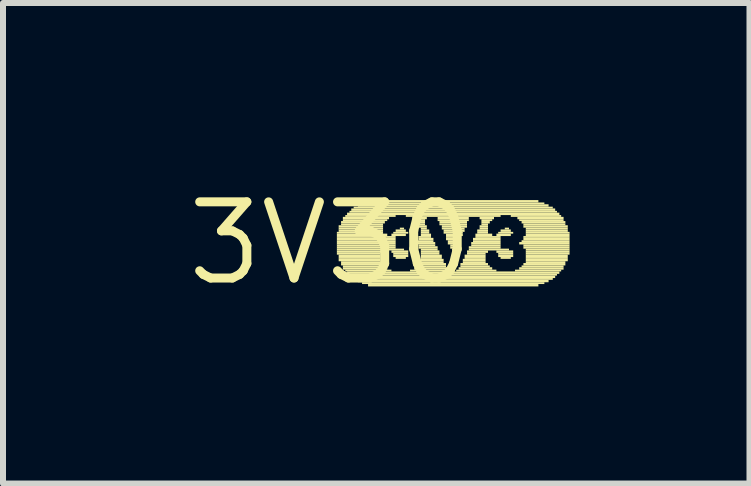
<source format=kicad_pcb>
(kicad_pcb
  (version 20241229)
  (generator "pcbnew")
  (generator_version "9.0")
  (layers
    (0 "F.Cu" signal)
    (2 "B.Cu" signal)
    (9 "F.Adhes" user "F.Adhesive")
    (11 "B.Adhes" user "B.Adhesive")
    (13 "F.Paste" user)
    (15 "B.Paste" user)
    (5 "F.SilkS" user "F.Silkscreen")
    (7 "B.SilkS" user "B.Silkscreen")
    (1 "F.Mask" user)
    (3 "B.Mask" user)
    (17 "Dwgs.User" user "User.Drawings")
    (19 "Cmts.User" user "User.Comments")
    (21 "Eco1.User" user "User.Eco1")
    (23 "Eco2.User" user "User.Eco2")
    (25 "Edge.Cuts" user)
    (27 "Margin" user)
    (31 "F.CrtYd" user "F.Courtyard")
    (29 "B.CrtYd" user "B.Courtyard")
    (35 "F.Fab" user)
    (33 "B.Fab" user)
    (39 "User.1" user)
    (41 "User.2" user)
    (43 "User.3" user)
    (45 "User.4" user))
  (footprint "3V30"
    (layer "F.Cu")
    (at 2.457 1.006)
    (property "Reference" "3V30" (at 0 0 0) (layer "F.SilkS") (effects (font (size 1.27 1.27) (thickness 0.15))))
    (fp_poly (pts (xy 0.11 -0.16) (xy 0.88 -0.16) (xy 0.88 -0.19) (xy 0.11 -0.19)) (stroke (width 0) (type default)) (fill yes) (layer "F.SilkS"))
    (fp_poly (pts (xy 0.11 -0.12) (xy 0.95 -0.12) (xy 0.95 -0.16) (xy 0.11 -0.16)) (stroke (width 0) (type default)) (fill yes) (layer "F.SilkS"))
    (fp_poly (pts (xy 0.11 -0.09) (xy 1.09 -0.09) (xy 1.09 -0.12) (xy 0.11 -0.12)) (stroke (width 0) (type default)) (fill yes) (layer "F.SilkS"))
    (fp_poly (pts (xy 0.11 -0.05) (xy 1.09 -0.05) (xy 1.09 -0.09) (xy 0.11 -0.09)) (stroke (width 0) (type default)) (fill yes) (layer "F.SilkS"))
    (fp_poly (pts (xy 0.11 -0.02) (xy 1.09 -0.02) (xy 1.09 -0.05) (xy 0.11 -0.05)) (stroke (width 0) (type default)) (fill yes) (layer "F.SilkS"))
    (fp_poly (pts (xy 0.11 0.02) (xy 1.09 0.02) (xy 1.09 -0.02) (xy 0.11 -0.02)) (stroke (width 0) (type default)) (fill yes) (layer "F.SilkS"))
    (fp_poly (pts (xy 0.11 0.05) (xy 1.09 0.05) (xy 1.09 0.02) (xy 0.11 0.02)) (stroke (width 0) (type default)) (fill yes) (layer "F.SilkS"))
    (fp_poly (pts (xy 0.11 0.09) (xy 1.09 0.09) (xy 1.09 0.05) (xy 0.11 0.05)) (stroke (width 0) (type default)) (fill yes) (layer "F.SilkS"))
    (fp_poly (pts (xy 0.11 0.12) (xy 1.23 0.12) (xy 1.23 0.09) (xy 0.11 0.09)) (stroke (width 0) (type default)) (fill yes) (layer "F.SilkS"))
    (fp_poly (pts (xy 0.11 0.16) (xy 0.88 0.16) (xy 0.88 0.12) (xy 0.11 0.12)) (stroke (width 0) (type default)) (fill yes) (layer "F.SilkS"))
    (fp_poly (pts (xy 0.11 0.19) (xy 0.84 0.19) (xy 0.84 0.16) (xy 0.11 0.16)) (stroke (width 0) (type default)) (fill yes) (layer "F.SilkS"))
    (fp_poly (pts (xy 0.14 -0.26) (xy 0.88 -0.26) (xy 0.88 -0.3) (xy 0.14 -0.3)) (stroke (width 0) (type default)) (fill yes) (layer "F.SilkS"))
    (fp_poly (pts (xy 0.14 -0.23) (xy 0.88 -0.23) (xy 0.88 -0.26) (xy 0.14 -0.26)) (stroke (width 0) (type default)) (fill yes) (layer "F.SilkS"))
    (fp_poly (pts (xy 0.14 -0.19) (xy 0.88 -0.19) (xy 0.88 -0.23) (xy 0.14 -0.23)) (stroke (width 0) (type default)) (fill yes) (layer "F.SilkS"))
    (fp_poly (pts (xy 0.14 0.23) (xy 0.84 0.23) (xy 0.84 0.19) (xy 0.14 0.19)) (stroke (width 0) (type default)) (fill yes) (layer "F.SilkS"))
    (fp_poly (pts (xy 0.14 0.26) (xy 0.84 0.26) (xy 0.84 0.23) (xy 0.14 0.23)) (stroke (width 0) (type default)) (fill yes) (layer "F.SilkS"))
    (fp_poly (pts (xy 0.14 0.3) (xy 0.84 0.3) (xy 0.84 0.26) (xy 0.14 0.26)) (stroke (width 0) (type default)) (fill yes) (layer "F.SilkS"))
    (fp_poly (pts (xy 0.18 -0.33) (xy 0.91 -0.33) (xy 0.91 -0.37) (xy 0.18 -0.37)) (stroke (width 0) (type default)) (fill yes) (layer "F.SilkS"))
    (fp_poly (pts (xy 0.18 -0.3) (xy 0.88 -0.3) (xy 0.88 -0.33) (xy 0.18 -0.33)) (stroke (width 0) (type default)) (fill yes) (layer "F.SilkS"))
    (fp_poly (pts (xy 0.18 0.33) (xy 0.84 0.33) (xy 0.84 0.3) (xy 0.18 0.3)) (stroke (width 0) (type default)) (fill yes) (layer "F.SilkS"))
    (fp_poly (pts (xy 0.18 0.37) (xy 0.88 0.37) (xy 0.88 0.33) (xy 0.18 0.33)) (stroke (width 0) (type default)) (fill yes) (layer "F.SilkS"))
    (fp_poly (pts (xy 0.21 -0.4) (xy 0.98 -0.4) (xy 0.98 -0.44) (xy 0.21 -0.44)) (stroke (width 0) (type default)) (fill yes) (layer "F.SilkS"))
    (fp_poly (pts (xy 0.21 -0.37) (xy 0.95 -0.37) (xy 0.95 -0.4) (xy 0.21 -0.4)) (stroke (width 0) (type default)) (fill yes) (layer "F.SilkS"))
    (fp_poly (pts (xy 0.21 0.4) (xy 0.91 0.4) (xy 0.91 0.37) (xy 0.21 0.37)) (stroke (width 0) (type default)) (fill yes) (layer "F.SilkS"))
    (fp_poly (pts (xy 0.21 0.44) (xy 0.95 0.44) (xy 0.95 0.4) (xy 0.21 0.4)) (stroke (width 0) (type default)) (fill yes) (layer "F.SilkS"))
    (fp_poly (pts (xy 0.25 -0.44) (xy 1.09 -0.44) (xy 1.09 -0.47) (xy 0.25 -0.47)) (stroke (width 0) (type default)) (fill yes) (layer "F.SilkS"))
    (fp_poly (pts (xy 0.25 0.47) (xy 1.02 0.47) (xy 1.02 0.44) (xy 0.25 0.44)) (stroke (width 0) (type default)) (fill yes) (layer "F.SilkS"))
    (fp_poly (pts (xy 0.28 -0.47) (xy 3.82 -0.47) (xy 3.82 -0.51) (xy 0.28 -0.51)) (stroke (width 0) (type default)) (fill yes) (layer "F.SilkS"))
    (fp_poly (pts (xy 0.28 0.51) (xy 3.82 0.51) (xy 3.82 0.47) (xy 0.28 0.47)) (stroke (width 0) (type default)) (fill yes) (layer "F.SilkS"))
    (fp_poly (pts (xy 0.32 -0.51) (xy 3.78 -0.51) (xy 3.78 -0.54) (xy 0.32 -0.54)) (stroke (width 0) (type default)) (fill yes) (layer "F.SilkS"))
    (fp_poly (pts (xy 0.32 0.54) (xy 3.78 0.54) (xy 3.78 0.51) (xy 0.32 0.51)) (stroke (width 0) (type default)) (fill yes) (layer "F.SilkS"))
    (fp_poly (pts (xy 0.35 -0.54) (xy 3.75 -0.54) (xy 3.75 -0.58) (xy 0.35 -0.58)) (stroke (width 0) (type default)) (fill yes) (layer "F.SilkS"))
    (fp_poly (pts (xy 0.35 0.58) (xy 3.75 0.58) (xy 3.75 0.54) (xy 0.35 0.54)) (stroke (width 0) (type default)) (fill yes) (layer "F.SilkS"))
    (fp_poly (pts (xy 0.39 -0.58) (xy 3.71 -0.58) (xy 3.71 -0.61) (xy 0.39 -0.61)) (stroke (width 0) (type default)) (fill yes) (layer "F.SilkS"))
    (fp_poly (pts (xy 0.39 0.61) (xy 3.71 0.61) (xy 3.71 0.58) (xy 0.39 0.58)) (stroke (width 0) (type default)) (fill yes) (layer "F.SilkS"))
    (fp_poly (pts (xy 0.46 -0.61) (xy 3.64 -0.61) (xy 3.64 -0.65) (xy 0.46 -0.65)) (stroke (width 0) (type default)) (fill yes) (layer "F.SilkS"))
    (fp_poly (pts (xy 0.46 0.65) (xy 3.64 0.65) (xy 3.64 0.61) (xy 0.46 0.61)) (stroke (width 0) (type default)) (fill yes) (layer "F.SilkS"))
    (fp_poly (pts (xy 0.53 -0.65) (xy 3.57 -0.65) (xy 3.57 -0.68) (xy 0.53 -0.68)) (stroke (width 0) (type default)) (fill yes) (layer "F.SilkS"))
    (fp_poly (pts (xy 0.53 0.68) (xy 3.57 0.68) (xy 3.57 0.65) (xy 0.53 0.65)) (stroke (width 0) (type default)) (fill yes) (layer "F.SilkS"))
    (fp_poly (pts (xy 0.63 -0.68) (xy 3.47 -0.68) (xy 3.47 -0.72) (xy 0.63 -0.72)) (stroke (width 0) (type default)) (fill yes) (layer "F.SilkS"))
    (fp_poly (pts (xy 0.63 0.72) (xy 3.47 0.72) (xy 3.47 0.68) (xy 0.63 0.68)) (stroke (width 0) (type default)) (fill yes) (layer "F.SilkS"))
    (fp_poly (pts (xy 1.02 -0.12) (xy 1.26 -0.12) (xy 1.26 -0.16) (xy 1.02 -0.16)) (stroke (width 0) (type default)) (fill yes) (layer "F.SilkS"))
    (fp_poly (pts (xy 1.02 0.16) (xy 1.3 0.16) (xy 1.3 0.12) (xy 1.02 0.12)) (stroke (width 0) (type default)) (fill yes) (layer "F.SilkS"))
    (fp_poly (pts (xy 1.05 -0.16) (xy 1.3 -0.16) (xy 1.3 -0.19) (xy 1.05 -0.19)) (stroke (width 0) (type default)) (fill yes) (layer "F.SilkS"))
    (fp_poly (pts (xy 1.05 0.19) (xy 1.3 0.19) (xy 1.3 0.16) (xy 1.05 0.16)) (stroke (width 0) (type default)) (fill yes) (layer "F.SilkS"))
    (fp_poly (pts (xy 1.05 0.23) (xy 1.3 0.23) (xy 1.3 0.19) (xy 1.05 0.19)) (stroke (width 0) (type default)) (fill yes) (layer "F.SilkS"))
    (fp_poly (pts (xy 1.09 -0.19) (xy 1.26 -0.19) (xy 1.26 -0.23) (xy 1.09 -0.23)) (stroke (width 0) (type default)) (fill yes) (layer "F.SilkS"))
    (fp_poly (pts (xy 1.09 0.26) (xy 1.26 0.26) (xy 1.26 0.23) (xy 1.09 0.23)) (stroke (width 0) (type default)) (fill yes) (layer "F.SilkS"))
    (fp_poly (pts (xy 1.16 -0.23) (xy 1.23 -0.23) (xy 1.23 -0.26) (xy 1.16 -0.26)) (stroke (width 0) (type default)) (fill yes) (layer "F.SilkS"))
    (fp_poly (pts (xy 1.26 -0.44) (xy 2.84 -0.44) (xy 2.84 -0.47) (xy 1.26 -0.47)) (stroke (width 0) (type default)) (fill yes) (layer "F.SilkS"))
    (fp_poly (pts (xy 1.33 0.47) (xy 2 0.47) (xy 2 0.44) (xy 1.33 0.44)) (stroke (width 0) (type default)) (fill yes) (layer "F.SilkS"))
    (fp_poly (pts (xy 1.37 -0.4) (xy 1.61 -0.4) (xy 1.61 -0.44) (xy 1.37 -0.44)) (stroke (width 0) (type default)) (fill yes) (layer "F.SilkS"))
    (fp_poly (pts (xy 1.4 -0.37) (xy 1.58 -0.37) (xy 1.58 -0.4) (xy 1.4 -0.4)) (stroke (width 0) (type default)) (fill yes) (layer "F.SilkS"))
    (fp_poly (pts (xy 1.4 0.02) (xy 1.75 0.02) (xy 1.75 -0.02) (xy 1.4 -0.02)) (stroke (width 0) (type default)) (fill yes) (layer "F.SilkS"))
    (fp_poly (pts (xy 1.4 0.44) (xy 1.96 0.44) (xy 1.96 0.4) (xy 1.4 0.4)) (stroke (width 0) (type default)) (fill yes) (layer "F.SilkS"))
    (fp_poly (pts (xy 1.44 -0.33) (xy 1.58 -0.33) (xy 1.58 -0.37) (xy 1.44 -0.37)) (stroke (width 0) (type default)) (fill yes) (layer "F.SilkS"))
    (fp_poly (pts (xy 1.44 -0.02) (xy 1.72 -0.02) (xy 1.72 -0.05) (xy 1.44 -0.05)) (stroke (width 0) (type default)) (fill yes) (layer "F.SilkS"))
    (fp_poly (pts (xy 1.44 0.4) (xy 1.93 0.4) (xy 1.93 0.37) (xy 1.44 0.37)) (stroke (width 0) (type default)) (fill yes) (layer "F.SilkS"))
    (fp_poly (pts (xy 1.47 -0.3) (xy 1.58 -0.3) (xy 1.58 -0.33) (xy 1.47 -0.33)) (stroke (width 0) (type default)) (fill yes) (layer "F.SilkS"))
    (fp_poly (pts (xy 1.47 -0.26) (xy 1.61 -0.26) (xy 1.61 -0.3) (xy 1.47 -0.3)) (stroke (width 0) (type default)) (fill yes) (layer "F.SilkS"))
    (fp_poly (pts (xy 1.47 -0.09) (xy 1.68 -0.09) (xy 1.68 -0.12) (xy 1.47 -0.12)) (stroke (width 0) (type default)) (fill yes) (layer "F.SilkS"))
    (fp_poly (pts (xy 1.47 -0.05) (xy 1.72 -0.05) (xy 1.72 -0.09) (xy 1.47 -0.09)) (stroke (width 0) (type default)) (fill yes) (layer "F.SilkS"))
    (fp_poly (pts (xy 1.47 0.05) (xy 1.75 0.05) (xy 1.75 0.02) (xy 1.47 0.02)) (stroke (width 0) (type default)) (fill yes) (layer "F.SilkS"))
    (fp_poly (pts (xy 1.47 0.09) (xy 1.79 0.09) (xy 1.79 0.05) (xy 1.47 0.05)) (stroke (width 0) (type default)) (fill yes) (layer "F.SilkS"))
    (fp_poly (pts (xy 1.47 0.37) (xy 1.93 0.37) (xy 1.93 0.33) (xy 1.47 0.33)) (stroke (width 0) (type default)) (fill yes) (layer "F.SilkS"))
    (fp_poly (pts (xy 1.51 -0.23) (xy 1.61 -0.23) (xy 1.61 -0.26) (xy 1.51 -0.26)) (stroke (width 0) (type default)) (fill yes) (layer "F.SilkS"))
    (fp_poly (pts (xy 1.51 -0.19) (xy 1.65 -0.19) (xy 1.65 -0.23) (xy 1.51 -0.23)) (stroke (width 0) (type default)) (fill yes) (layer "F.SilkS"))
    (fp_poly (pts (xy 1.51 -0.16) (xy 1.65 -0.16) (xy 1.65 -0.19) (xy 1.51 -0.19)) (stroke (width 0) (type default)) (fill yes) (layer "F.SilkS"))
    (fp_poly (pts (xy 1.51 -0.12) (xy 1.68 -0.12) (xy 1.68 -0.16) (xy 1.51 -0.16)) (stroke (width 0) (type default)) (fill yes) (layer "F.SilkS"))
    (fp_poly (pts (xy 1.51 0.12) (xy 1.79 0.12) (xy 1.79 0.09) (xy 1.51 0.09)) (stroke (width 0) (type default)) (fill yes) (layer "F.SilkS"))
    (fp_poly (pts (xy 1.51 0.16) (xy 1.82 0.16) (xy 1.82 0.12) (xy 1.51 0.12)) (stroke (width 0) (type default)) (fill yes) (layer "F.SilkS"))
    (fp_poly (pts (xy 1.51 0.19) (xy 1.82 0.19) (xy 1.82 0.16) (xy 1.51 0.16)) (stroke (width 0) (type default)) (fill yes) (layer "F.SilkS"))
    (fp_poly (pts (xy 1.51 0.23) (xy 1.86 0.23) (xy 1.86 0.19) (xy 1.51 0.19)) (stroke (width 0) (type default)) (fill yes) (layer "F.SilkS"))
    (fp_poly (pts (xy 1.51 0.26) (xy 1.86 0.26) (xy 1.86 0.23) (xy 1.51 0.23)) (stroke (width 0) (type default)) (fill yes) (layer "F.SilkS"))
    (fp_poly (pts (xy 1.51 0.3) (xy 1.89 0.3) (xy 1.89 0.26) (xy 1.51 0.26)) (stroke (width 0) (type default)) (fill yes) (layer "F.SilkS"))
    (fp_poly (pts (xy 1.51 0.33) (xy 1.89 0.33) (xy 1.89 0.3) (xy 1.51 0.3)) (stroke (width 0) (type default)) (fill yes) (layer "F.SilkS"))
    (fp_poly (pts (xy 1.79 -0.4) (xy 2.31 -0.4) (xy 2.31 -0.44) (xy 1.79 -0.44)) (stroke (width 0) (type default)) (fill yes) (layer "F.SilkS"))
    (fp_poly (pts (xy 1.79 -0.37) (xy 2.31 -0.37) (xy 2.31 -0.4) (xy 1.79 -0.4)) (stroke (width 0) (type default)) (fill yes) (layer "F.SilkS"))
    (fp_poly (pts (xy 1.82 -0.33) (xy 2.28 -0.33) (xy 2.28 -0.37) (xy 1.82 -0.37)) (stroke (width 0) (type default)) (fill yes) (layer "F.SilkS"))
    (fp_poly (pts (xy 1.82 -0.3) (xy 2.28 -0.3) (xy 2.28 -0.33) (xy 1.82 -0.33)) (stroke (width 0) (type default)) (fill yes) (layer "F.SilkS"))
    (fp_poly (pts (xy 1.86 -0.26) (xy 2.28 -0.26) (xy 2.28 -0.3) (xy 1.86 -0.3)) (stroke (width 0) (type default)) (fill yes) (layer "F.SilkS"))
    (fp_poly (pts (xy 1.86 -0.23) (xy 2.24 -0.23) (xy 2.24 -0.26) (xy 1.86 -0.26)) (stroke (width 0) (type default)) (fill yes) (layer "F.SilkS"))
    (fp_poly (pts (xy 1.89 -0.19) (xy 2.24 -0.19) (xy 2.24 -0.23) (xy 1.89 -0.23)) (stroke (width 0) (type default)) (fill yes) (layer "F.SilkS"))
    (fp_poly (pts (xy 1.89 -0.16) (xy 2.21 -0.16) (xy 2.21 -0.19) (xy 1.89 -0.19)) (stroke (width 0) (type default)) (fill yes) (layer "F.SilkS"))
    (fp_poly (pts (xy 1.93 -0.12) (xy 2.21 -0.12) (xy 2.21 -0.16) (xy 1.93 -0.16)) (stroke (width 0) (type default)) (fill yes) (layer "F.SilkS"))
    (fp_poly (pts (xy 1.93 -0.09) (xy 2.17 -0.09) (xy 2.17 -0.12) (xy 1.93 -0.12)) (stroke (width 0) (type default)) (fill yes) (layer "F.SilkS"))
    (fp_poly (pts (xy 1.93 -0.05) (xy 2.17 -0.05) (xy 2.17 -0.09) (xy 1.93 -0.09)) (stroke (width 0) (type default)) (fill yes) (layer "F.SilkS"))
    (fp_poly (pts (xy 1.96 -0.02) (xy 2.14 -0.02) (xy 2.14 -0.05) (xy 1.96 -0.05)) (stroke (width 0) (type default)) (fill yes) (layer "F.SilkS"))
    (fp_poly (pts (xy 1.96 0.02) (xy 2.14 0.02) (xy 2.14 -0.02) (xy 1.96 -0.02)) (stroke (width 0) (type default)) (fill yes) (layer "F.SilkS"))
    (fp_poly (pts (xy 2 0.05) (xy 2.1 0.05) (xy 2.1 0.02) (xy 2 0.02)) (stroke (width 0) (type default)) (fill yes) (layer "F.SilkS"))
    (fp_poly (pts (xy 2 0.09) (xy 2.1 0.09) (xy 2.1 0.05) (xy 2 0.05)) (stroke (width 0) (type default)) (fill yes) (layer "F.SilkS"))
    (fp_poly (pts (xy 2.03 0.12) (xy 2.07 0.12) (xy 2.07 0.09) (xy 2.03 0.09)) (stroke (width 0) (type default)) (fill yes) (layer "F.SilkS"))
    (fp_poly (pts (xy 2.03 0.16) (xy 2.07 0.16) (xy 2.07 0.12) (xy 2.03 0.12)) (stroke (width 0) (type default)) (fill yes) (layer "F.SilkS"))
    (fp_poly (pts (xy 2.1 0.47) (xy 2.77 0.47) (xy 2.77 0.44) (xy 2.1 0.44)) (stroke (width 0) (type default)) (fill yes) (layer "F.SilkS"))
    (fp_poly (pts (xy 2.14 0.44) (xy 2.7 0.44) (xy 2.7 0.4) (xy 2.14 0.4)) (stroke (width 0) (type default)) (fill yes) (layer "F.SilkS"))
    (fp_poly (pts (xy 2.17 0.37) (xy 2.63 0.37) (xy 2.63 0.33) (xy 2.17 0.33)) (stroke (width 0) (type default)) (fill yes) (layer "F.SilkS"))
    (fp_poly (pts (xy 2.17 0.4) (xy 2.66 0.4) (xy 2.66 0.37) (xy 2.17 0.37)) (stroke (width 0) (type default)) (fill yes) (layer "F.SilkS"))
    (fp_poly (pts (xy 2.21 0.3) (xy 2.59 0.3) (xy 2.59 0.26) (xy 2.21 0.26)) (stroke (width 0) (type default)) (fill yes) (layer "F.SilkS"))
    (fp_poly (pts (xy 2.21 0.33) (xy 2.59 0.33) (xy 2.59 0.3) (xy 2.21 0.3)) (stroke (width 0) (type default)) (fill yes) (layer "F.SilkS"))
    (fp_poly (pts (xy 2.24 0.23) (xy 2.59 0.23) (xy 2.59 0.19) (xy 2.24 0.19)) (stroke (width 0) (type default)) (fill yes) (layer "F.SilkS"))
    (fp_poly (pts (xy 2.24 0.26) (xy 2.59 0.26) (xy 2.59 0.23) (xy 2.24 0.23)) (stroke (width 0) (type default)) (fill yes) (layer "F.SilkS"))
    (fp_poly (pts (xy 2.28 0.16) (xy 2.63 0.16) (xy 2.63 0.12) (xy 2.28 0.12)) (stroke (width 0) (type default)) (fill yes) (layer "F.SilkS"))
    (fp_poly (pts (xy 2.28 0.19) (xy 2.59 0.19) (xy 2.59 0.16) (xy 2.28 0.16)) (stroke (width 0) (type default)) (fill yes) (layer "F.SilkS"))
    (fp_poly (pts (xy 2.31 0.09) (xy 2.84 0.09) (xy 2.84 0.05) (xy 2.31 0.05)) (stroke (width 0) (type default)) (fill yes) (layer "F.SilkS"))
    (fp_poly (pts (xy 2.31 0.12) (xy 2.98 0.12) (xy 2.98 0.09) (xy 2.31 0.09)) (stroke (width 0) (type default)) (fill yes) (layer "F.SilkS"))
    (fp_poly (pts (xy 2.35 0.02) (xy 2.84 0.02) (xy 2.84 -0.02) (xy 2.35 -0.02)) (stroke (width 0) (type default)) (fill yes) (layer "F.SilkS"))
    (fp_poly (pts (xy 2.35 0.05) (xy 2.84 0.05) (xy 2.84 0.02) (xy 2.35 0.02)) (stroke (width 0) (type default)) (fill yes) (layer "F.SilkS"))
    (fp_poly (pts (xy 2.38 -0.05) (xy 2.84 -0.05) (xy 2.84 -0.09) (xy 2.38 -0.09)) (stroke (width 0) (type default)) (fill yes) (layer "F.SilkS"))
    (fp_poly (pts (xy 2.38 -0.02) (xy 2.84 -0.02) (xy 2.84 -0.05) (xy 2.38 -0.05)) (stroke (width 0) (type default)) (fill yes) (layer "F.SilkS"))
    (fp_poly (pts (xy 2.42 -0.12) (xy 2.7 -0.12) (xy 2.7 -0.16) (xy 2.42 -0.16)) (stroke (width 0) (type default)) (fill yes) (layer "F.SilkS"))
    (fp_poly (pts (xy 2.42 -0.09) (xy 2.84 -0.09) (xy 2.84 -0.12) (xy 2.42 -0.12)) (stroke (width 0) (type default)) (fill yes) (layer "F.SilkS"))
    (fp_poly (pts (xy 2.45 -0.19) (xy 2.63 -0.19) (xy 2.63 -0.23) (xy 2.45 -0.23)) (stroke (width 0) (type default)) (fill yes) (layer "F.SilkS"))
    (fp_poly (pts (xy 2.45 -0.16) (xy 2.63 -0.16) (xy 2.63 -0.19) (xy 2.45 -0.19)) (stroke (width 0) (type default)) (fill yes) (layer "F.SilkS"))
    (fp_poly (pts (xy 2.49 -0.4) (xy 2.73 -0.4) (xy 2.73 -0.44) (xy 2.49 -0.44)) (stroke (width 0) (type default)) (fill yes) (layer "F.SilkS"))
    (fp_poly (pts (xy 2.49 -0.26) (xy 2.63 -0.26) (xy 2.63 -0.3) (xy 2.49 -0.3)) (stroke (width 0) (type default)) (fill yes) (layer "F.SilkS"))
    (fp_poly (pts (xy 2.49 -0.23) (xy 2.63 -0.23) (xy 2.63 -0.26) (xy 2.49 -0.26)) (stroke (width 0) (type default)) (fill yes) (layer "F.SilkS"))
    (fp_poly (pts (xy 2.52 -0.37) (xy 2.7 -0.37) (xy 2.7 -0.4) (xy 2.52 -0.4)) (stroke (width 0) (type default)) (fill yes) (layer "F.SilkS"))
    (fp_poly (pts (xy 2.52 -0.33) (xy 2.66 -0.33) (xy 2.66 -0.37) (xy 2.52 -0.37)) (stroke (width 0) (type default)) (fill yes) (layer "F.SilkS"))
    (fp_poly (pts (xy 2.52 -0.3) (xy 2.63 -0.3) (xy 2.63 -0.33) (xy 2.52 -0.33)) (stroke (width 0) (type default)) (fill yes) (layer "F.SilkS"))
    (fp_poly (pts (xy 2.77 -0.12) (xy 3.01 -0.12) (xy 3.01 -0.16) (xy 2.77 -0.16)) (stroke (width 0) (type default)) (fill yes) (layer "F.SilkS"))
    (fp_poly (pts (xy 2.77 0.16) (xy 3.05 0.16) (xy 3.05 0.12) (xy 2.77 0.12)) (stroke (width 0) (type default)) (fill yes) (layer "F.SilkS"))
    (fp_poly (pts (xy 2.8 -0.16) (xy 3.05 -0.16) (xy 3.05 -0.19) (xy 2.8 -0.19)) (stroke (width 0) (type default)) (fill yes) (layer "F.SilkS"))
    (fp_poly (pts (xy 2.8 0.19) (xy 3.05 0.19) (xy 3.05 0.16) (xy 2.8 0.16)) (stroke (width 0) (type default)) (fill yes) (layer "F.SilkS"))
    (fp_poly (pts (xy 2.8 0.23) (xy 3.05 0.23) (xy 3.05 0.19) (xy 2.8 0.19)) (stroke (width 0) (type default)) (fill yes) (layer "F.SilkS"))
    (fp_poly (pts (xy 2.84 -0.19) (xy 3.01 -0.19) (xy 3.01 -0.23) (xy 2.84 -0.23)) (stroke (width 0) (type default)) (fill yes) (layer "F.SilkS"))
    (fp_poly (pts (xy 2.84 0.26) (xy 3.01 0.26) (xy 3.01 0.23) (xy 2.84 0.23)) (stroke (width 0) (type default)) (fill yes) (layer "F.SilkS"))
    (fp_poly (pts (xy 2.91 -0.23) (xy 2.98 -0.23) (xy 2.98 -0.26) (xy 2.91 -0.26)) (stroke (width 0) (type default)) (fill yes) (layer "F.SilkS"))
    (fp_poly (pts (xy 3.01 -0.44) (xy 3.85 -0.44) (xy 3.85 -0.47) (xy 3.01 -0.47)) (stroke (width 0) (type default)) (fill yes) (layer "F.SilkS"))
    (fp_poly (pts (xy 3.08 0.47) (xy 3.85 0.47) (xy 3.85 0.44) (xy 3.08 0.44)) (stroke (width 0) (type default)) (fill yes) (layer "F.SilkS"))
    (fp_poly (pts (xy 3.12 -0.4) (xy 3.89 -0.4) (xy 3.89 -0.44) (xy 3.12 -0.44)) (stroke (width 0) (type default)) (fill yes) (layer "F.SilkS"))
    (fp_poly (pts (xy 3.15 -0.37) (xy 3.89 -0.37) (xy 3.89 -0.4) (xy 3.15 -0.4)) (stroke (width 0) (type default)) (fill yes) (layer "F.SilkS"))
    (fp_poly (pts (xy 3.15 0.02) (xy 3.99 0.02) (xy 3.99 -0.02) (xy 3.15 -0.02)) (stroke (width 0) (type default)) (fill yes) (layer "F.SilkS"))
    (fp_poly (pts (xy 3.15 0.44) (xy 3.89 0.44) (xy 3.89 0.4) (xy 3.15 0.4)) (stroke (width 0) (type default)) (fill yes) (layer "F.SilkS"))
    (fp_poly (pts (xy 3.19 -0.33) (xy 3.92 -0.33) (xy 3.92 -0.37) (xy 3.19 -0.37)) (stroke (width 0) (type default)) (fill yes) (layer "F.SilkS"))
    (fp_poly (pts (xy 3.19 -0.02) (xy 3.99 -0.02) (xy 3.99 -0.05) (xy 3.19 -0.05)) (stroke (width 0) (type default)) (fill yes) (layer "F.SilkS"))
    (fp_poly (pts (xy 3.19 0.4) (xy 3.89 0.4) (xy 3.89 0.37) (xy 3.19 0.37)) (stroke (width 0) (type default)) (fill yes) (layer "F.SilkS"))
    (fp_poly (pts (xy 3.22 -0.3) (xy 3.92 -0.3) (xy 3.92 -0.33) (xy 3.22 -0.33)) (stroke (width 0) (type default)) (fill yes) (layer "F.SilkS"))
    (fp_poly (pts (xy 3.22 -0.26) (xy 3.96 -0.26) (xy 3.96 -0.3) (xy 3.22 -0.3)) (stroke (width 0) (type default)) (fill yes) (layer "F.SilkS"))
    (fp_poly (pts (xy 3.22 -0.09) (xy 3.99 -0.09) (xy 3.99 -0.12) (xy 3.22 -0.12)) (stroke (width 0) (type default)) (fill yes) (layer "F.SilkS"))
    (fp_poly (pts (xy 3.22 -0.05) (xy 3.99 -0.05) (xy 3.99 -0.09) (xy 3.22 -0.09)) (stroke (width 0) (type default)) (fill yes) (layer "F.SilkS"))
    (fp_poly (pts (xy 3.22 0.05) (xy 3.99 0.05) (xy 3.99 0.02) (xy 3.22 0.02)) (stroke (width 0) (type default)) (fill yes) (layer "F.SilkS"))
    (fp_poly (pts (xy 3.22 0.09) (xy 3.99 0.09) (xy 3.99 0.05) (xy 3.22 0.05)) (stroke (width 0) (type default)) (fill yes) (layer "F.SilkS"))
    (fp_poly (pts (xy 3.22 0.37) (xy 3.92 0.37) (xy 3.92 0.33) (xy 3.22 0.33)) (stroke (width 0) (type default)) (fill yes) (layer "F.SilkS"))
    (fp_poly (pts (xy 3.26 -0.23) (xy 3.96 -0.23) (xy 3.96 -0.26) (xy 3.26 -0.26)) (stroke (width 0) (type default)) (fill yes) (layer "F.SilkS"))
    (fp_poly (pts (xy 3.26 -0.19) (xy 3.96 -0.19) (xy 3.96 -0.23) (xy 3.26 -0.23)) (stroke (width 0) (type default)) (fill yes) (layer "F.SilkS"))
    (fp_poly (pts (xy 3.26 -0.16) (xy 3.99 -0.16) (xy 3.99 -0.19) (xy 3.26 -0.19)) (stroke (width 0) (type default)) (fill yes) (layer "F.SilkS"))
    (fp_poly (pts (xy 3.26 -0.12) (xy 3.99 -0.12) (xy 3.99 -0.16) (xy 3.26 -0.16)) (stroke (width 0) (type default)) (fill yes) (layer "F.SilkS"))
    (fp_poly (pts (xy 3.26 0.12) (xy 3.99 0.12) (xy 3.99 0.09) (xy 3.26 0.09)) (stroke (width 0) (type default)) (fill yes) (layer "F.SilkS"))
    (fp_poly (pts (xy 3.26 0.16) (xy 3.99 0.16) (xy 3.99 0.12) (xy 3.26 0.12)) (stroke (width 0) (type default)) (fill yes) (layer "F.SilkS"))
    (fp_poly (pts (xy 3.26 0.19) (xy 3.99 0.19) (xy 3.99 0.16) (xy 3.26 0.16)) (stroke (width 0) (type default)) (fill yes) (layer "F.SilkS"))
    (fp_poly (pts (xy 3.26 0.23) (xy 3.96 0.23) (xy 3.96 0.19) (xy 3.26 0.19)) (stroke (width 0) (type default)) (fill yes) (layer "F.SilkS"))
    (fp_poly (pts (xy 3.26 0.26) (xy 3.96 0.26) (xy 3.96 0.23) (xy 3.26 0.23)) (stroke (width 0) (type default)) (fill yes) (layer "F.SilkS"))
    (fp_poly (pts (xy 3.26 0.3) (xy 3.96 0.3) (xy 3.96 0.26) (xy 3.26 0.26)) (stroke (width 0) (type default)) (fill yes) (layer "F.SilkS"))
    (fp_poly (pts (xy 3.26 0.33) (xy 3.92 0.33) (xy 3.92 0.3) (xy 3.26 0.3)) (stroke (width 0) (type default)) (fill yes) (layer "F.SilkS")))
  (gr_rect
    (start -3 -3)
    (end 9.447 5.012)
    (stroke (width 0.1) (type default))
    (fill no)
    (layer "Edge.Cuts")))
</source>
